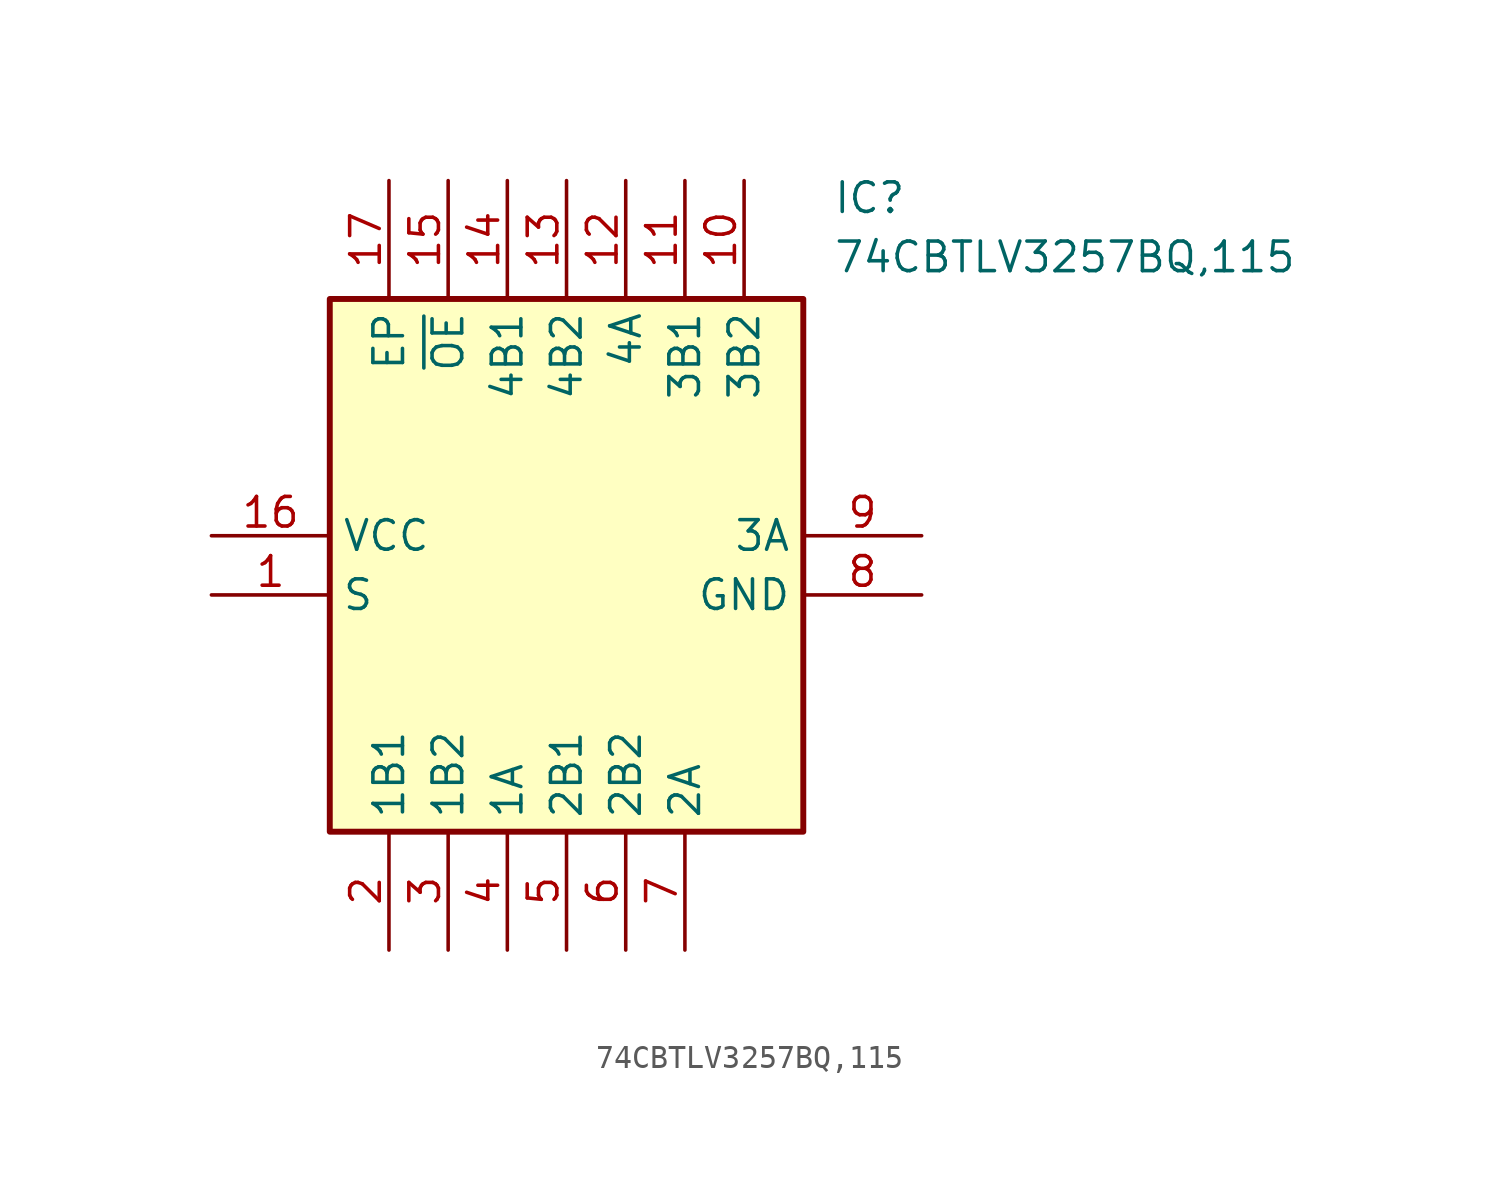
<source format=kicad_sym>
(kicad_symbol_lib
  (version 20211014)
  (generator SamacSys_ECAD_Model)
  (symbol "74CBTLV3257BQ,115"
    (property "Reference" "IC"
      (at 26.67 15.24 0)
      (effects (font (size 1.27 1.27)) (justify left top)))
    (property "Value" "74CBTLV3257BQ,115"
      (at 26.67 12.7 0)
      (effects (font (size 1.27 1.27)) (justify left top)))
    (rectangle
      (start 5.08 10.16)
      (end 25.4 -12.7)
      (stroke (width 0.254) (type default))
      (fill (type background)))
    (pin passive line
      (at 0 -2.54 0)
      (length 5.08)
      (name "S" (effects (font (size 1.27 1.27))))
      (number "1" (effects (font (size 1.27 1.27)))))
    (pin passive line
      (at 7.62 -17.78 90)
      (length 5.08)
      (name "1B1" (effects (font (size 1.27 1.27))))
      (number "2" (effects (font (size 1.27 1.27)))))
    (pin passive line
      (at 10.16 -17.78 90)
      (length 5.08)
      (name "1B2" (effects (font (size 1.27 1.27))))
      (number "3" (effects (font (size 1.27 1.27)))))
    (pin passive line
      (at 12.7 -17.78 90)
      (length 5.08)
      (name "1A" (effects (font (size 1.27 1.27))))
      (number "4" (effects (font (size 1.27 1.27)))))
    (pin passive line
      (at 15.24 -17.78 90)
      (length 5.08)
      (name "2B1" (effects (font (size 1.27 1.27))))
      (number "5" (effects (font (size 1.27 1.27)))))
    (pin passive line
      (at 17.78 -17.78 90)
      (length 5.08)
      (name "2B2" (effects (font (size 1.27 1.27))))
      (number "6" (effects (font (size 1.27 1.27)))))
    (pin passive line
      (at 20.32 -17.78 90)
      (length 5.08)
      (name "2A" (effects (font (size 1.27 1.27))))
      (number "7" (effects (font (size 1.27 1.27)))))
    (pin passive line
      (at 30.48 -2.54 180)
      (length 5.08)
      (name "GND" (effects (font (size 1.27 1.27))))
      (number "8" (effects (font (size 1.27 1.27)))))
    (pin passive line
      (at 30.48 0 180)
      (length 5.08)
      (name "3A" (effects (font (size 1.27 1.27))))
      (number "9" (effects (font (size 1.27 1.27)))))
    (pin passive line
      (at 22.86 15.24 270)
      (length 5.08)
      (name "3B2" (effects (font (size 1.27 1.27))))
      (number "10" (effects (font (size 1.27 1.27)))))
    (pin passive line
      (at 20.32 15.24 270)
      (length 5.08)
      (name "3B1" (effects (font (size 1.27 1.27))))
      (number "11" (effects (font (size 1.27 1.27)))))
    (pin passive line
      (at 17.78 15.24 270)
      (length 5.08)
      (name "4A" (effects (font (size 1.27 1.27))))
      (number "12" (effects (font (size 1.27 1.27)))))
    (pin passive line
      (at 15.24 15.24 270)
      (length 5.08)
      (name "4B2" (effects (font (size 1.27 1.27))))
      (number "13" (effects (font (size 1.27 1.27)))))
    (pin passive line
      (at 12.7 15.24 270)
      (length 5.08)
      (name "4B1" (effects (font (size 1.27 1.27))))
      (number "14" (effects (font (size 1.27 1.27)))))
    (pin passive line
      (at 10.16 15.24 270)
      (length 5.08)
      (name "~{OE}" (effects (font (size 1.27 1.27))))
      (number "15" (effects (font (size 1.27 1.27)))))
    (pin passive line
      (at 0 0 0)
      (length 5.08)
      (name "VCC" (effects (font (size 1.27 1.27))))
      (number "16" (effects (font (size 1.27 1.27)))))
    (pin passive line
      (at 7.62 15.24 270)
      (length 5.08)
      (name "EP" (effects (font (size 1.27 1.27))))
      (number "17" (effects (font (size 1.27 1.27)))))))
</source>
